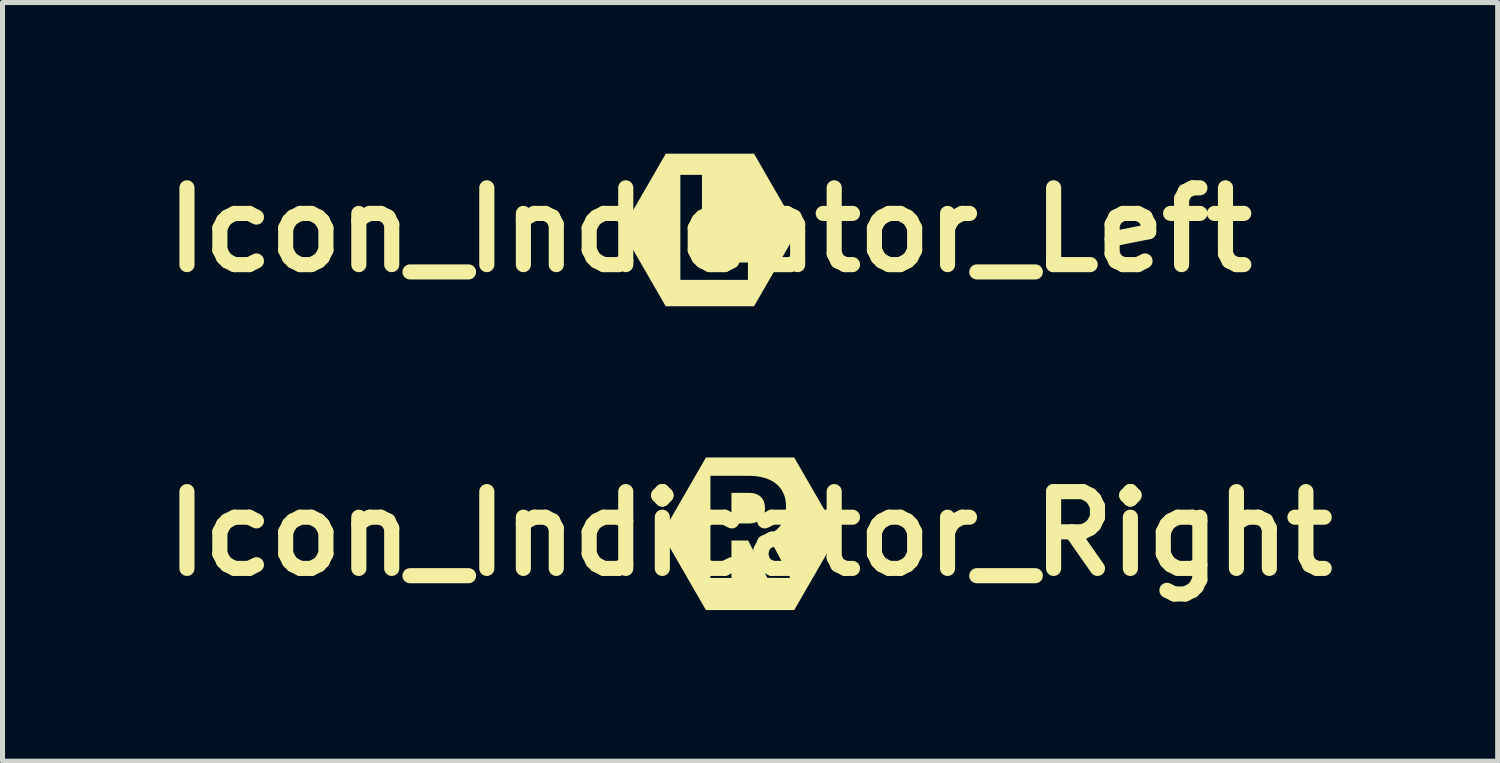
<source format=kicad_pcb>
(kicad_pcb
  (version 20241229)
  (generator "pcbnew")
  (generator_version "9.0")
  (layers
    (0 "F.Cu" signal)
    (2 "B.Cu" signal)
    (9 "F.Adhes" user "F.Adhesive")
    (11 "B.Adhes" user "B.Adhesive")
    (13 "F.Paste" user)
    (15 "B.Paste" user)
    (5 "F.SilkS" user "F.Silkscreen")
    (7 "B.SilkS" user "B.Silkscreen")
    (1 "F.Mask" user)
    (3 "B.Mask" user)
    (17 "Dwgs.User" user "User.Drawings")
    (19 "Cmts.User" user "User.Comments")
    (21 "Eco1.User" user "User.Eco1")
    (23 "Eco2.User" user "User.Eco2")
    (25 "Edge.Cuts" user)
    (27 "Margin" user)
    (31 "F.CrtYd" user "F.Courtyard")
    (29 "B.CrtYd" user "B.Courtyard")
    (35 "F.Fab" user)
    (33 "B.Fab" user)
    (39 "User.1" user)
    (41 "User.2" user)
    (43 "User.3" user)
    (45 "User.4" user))
  (footprint "Icon_Indicator_Left"
    (layer "F.Cu")
    (at 11.038 1.512)
    (property "Reference" "Icon_Indicator_Left" (at 0 0 0) (layer "F.SilkS") (effects (font (size 1.524 1.524) (thickness 0.3))))
    (attr board_only exclude_from_pos_files exclude_from_bom)
    (fp_poly (pts (xy 1.312 -0.756) (xy 1.333 -0.72) (xy 1.354 -0.684) (xy 1.374 -0.648) (xy 1.394 -0.614) (xy 1.414 -0.579) (xy 1.434 -0.545) (xy 1.453 -0.512) (xy 1.471 -0.48) (xy 1.49 -0.448) (xy 1.508 -0.417) (xy 1.525 -0.387) (xy 1.542 -0.357) (xy 1.559 -0.329) (xy 1.575 -0.301) (xy 1.59 -0.274) (xy 1.605 -0.249) (xy 1.619 -0.224) (xy 1.633 -0.2) (xy 1.646 -0.178) (xy 1.658 -0.156) (xy 1.67 -0.136) (xy 1.681 -0.117) (xy 1.691 -0.099) (xy 1.7 -0.083) (xy 1.709 -0.067) (xy 1.717 -0.054) (xy 1.724 -0.041) (xy 1.73 -0.03) (xy 1.736 -0.021) (xy 1.74 -0.013) (xy 1.744 -0.007) (xy 1.746 -0.002) (xy 1.748 0.001) (xy 1.749 0.002) (xy 1.749 0.003) (xy 1.748 0.004) (xy 1.747 0.006) (xy 1.745 0.011) (xy 1.741 0.016) (xy 1.737 0.024) (xy 1.732 0.033) (xy 1.726 0.044) (xy 1.719 0.056) (xy 1.711 0.069) (xy 1.702 0.084) (xy 1.693 0.1) (xy 1.683 0.118) (xy 1.672 0.136) (xy 1.661 0.156) (xy 1.649 0.178) (xy 1.636 0.2) (xy 1.622 0.223) (xy 1.608 0.248) (xy 1.594 0.273) (xy 1.578 0.3) (xy 1.562 0.327) (xy 1.546 0.356) (xy 1.529 0.385) (xy 1.512 0.415) (xy 1.494 0.446) (xy 1.476 0.477) (xy 1.457 0.51) (xy 1.438 0.543) (xy 1.419 0.576) (xy 1.399 0.61) (xy 1.379 0.645) (xy 1.359 0.68) (xy 1.338 0.716) (xy 1.317 0.752) (xy 1.313 0.76) (xy 0.876 1.516) (xy -0.876 1.516) (xy -0.877 1.514) (xy -0.878 1.513) (xy -0.88 1.51) (xy -0.882 1.505) (xy -0.886 1.499) (xy -0.89 1.491) (xy -0.896 1.482) (xy -0.902 1.472) (xy -0.909 1.46) (xy -0.916 1.446) (xy -0.925 1.432) (xy -0.934 1.416) (xy -0.944 1.398) (xy -0.955 1.38) (xy -0.966 1.361) (xy -0.978 1.34) (xy -0.99 1.319) (xy -1.003 1.297) (xy -1.016 1.273) (xy -1.03 1.249) (xy -1.045 1.224) (xy -1.06 1.198) (xy -1.075 1.172) (xy -1.091 1.145) (xy -1.107 1.117) (xy -1.123 1.089) (xy -1.14 1.06) (xy -1.156 1.031) (xy -1.174 1.001) (xy -1.179 0.992) (xy -0.586 0.992) (xy 0.755 0.992) (xy 0.755 0.648) (xy -0.157 0.648) (xy -0.157 -1.092) (xy -0.586 -1.092) (xy -0.586 0.992) (xy -1.179 0.992) (xy -1.191 0.971) (xy -1.209 0.94) (xy -1.226 0.91) (xy -1.244 0.879) (xy -1.262 0.847) (xy -1.28 0.816) (xy -1.298 0.785) (xy -1.316 0.753) (xy -1.335 0.722) (xy -1.353 0.691) (xy -1.371 0.659) (xy -1.389 0.628) (xy -1.406 0.597) (xy -1.424 0.567) (xy -1.442 0.536) (xy -1.459 0.506) (xy -1.476 0.477) (xy -1.493 0.448) (xy -1.509 0.419) (xy -1.526 0.391) (xy -1.542 0.363) (xy -1.557 0.336) (xy -1.572 0.31) (xy -1.587 0.285) (xy -1.601 0.26) (xy -1.615 0.236) (xy -1.628 0.213) (xy -1.641 0.191) (xy -1.653 0.17) (xy -1.665 0.15) (xy -1.676 0.131) (xy -1.686 0.113) (xy -1.695 0.096) (xy -1.704 0.081) (xy -1.713 0.066) (xy -1.72 0.053) (xy -1.727 0.042) (xy -1.733 0.032) (xy -1.738 0.023) (xy -1.742 0.016) (xy -1.745 0.01) (xy -1.747 0.006) (xy -1.749 0.004) (xy -1.749 0.003) (xy -1.748 0.002) (xy -1.747 -0.001) (xy -1.745 -0.005) (xy -1.741 -0.011) (xy -1.737 -0.018) (xy -1.732 -0.027) (xy -1.726 -0.038) (xy -1.719 -0.05) (xy -1.711 -0.063) (xy -1.702 -0.078) (xy -1.693 -0.094) (xy -1.683 -0.112) (xy -1.672 -0.131) (xy -1.661 -0.151) (xy -1.649 -0.172) (xy -1.636 -0.194) (xy -1.622 -0.217) (xy -1.608 -0.242) (xy -1.594 -0.267) (xy -1.578 -0.294) (xy -1.562 -0.321) (xy -1.546 -0.35) (xy -1.529 -0.379) (xy -1.512 -0.409) (xy -1.494 -0.44) (xy -1.476 -0.471) (xy -1.457 -0.504) (xy -1.438 -0.537) (xy -1.419 -0.57) (xy -1.399 -0.604) (xy -1.379 -0.639) (xy -1.359 -0.674) (xy -1.338 -0.71) (xy -1.317 -0.746) (xy -1.312 -0.755) (xy -0.875 -1.512) (xy 0.876 -1.512)) (stroke (width 0) (type solid)) (fill yes) (layer "F.SilkS")))
  (footprint "Icon_Indicator_Right"
    (layer "F.Cu")
    (at 11.836 7.541)
    (property "Reference" "Icon_Indicator_Right" (at 0 0 0) (layer "F.SilkS") (effects (font (size 1.524 1.524) (thickness 0.3))))
    (attr board_only exclude_from_pos_files exclude_from_bom)
    (fp_poly (pts (xy -0.194 -0.81) (xy -0.173 -0.81) (xy -0.153 -0.81) (xy -0.133 -0.81) (xy -0.114 -0.81) (xy -0.097 -0.81) (xy -0.081 -0.81) (xy -0.065 -0.81) (xy -0.052 -0.81) (xy -0.039 -0.81) (xy -0.029 -0.81) (xy -0.019 -0.81) (xy -0.012 -0.81) (xy -0.006 -0.81) (xy -0.002 -0.809) (xy -0.002 -0.809) (xy 0.027 -0.807) (xy 0.053 -0.804) (xy 0.078 -0.799) (xy 0.102 -0.793) (xy 0.124 -0.785) (xy 0.145 -0.776) (xy 0.164 -0.766) (xy 0.182 -0.755) (xy 0.199 -0.742) (xy 0.215 -0.728) (xy 0.229 -0.712) (xy 0.242 -0.695) (xy 0.247 -0.688) (xy 0.257 -0.672) (xy 0.266 -0.655) (xy 0.273 -0.637) (xy 0.28 -0.618) (xy 0.285 -0.597) (xy 0.29 -0.576) (xy 0.293 -0.554) (xy 0.294 -0.547) (xy 0.294 -0.539) (xy 0.295 -0.53) (xy 0.295 -0.52) (xy 0.295 -0.509) (xy 0.295 -0.499) (xy 0.295 -0.488) (xy 0.295 -0.478) (xy 0.294 -0.469) (xy 0.294 -0.461) (xy 0.293 -0.454) (xy 0.293 -0.454) (xy 0.289 -0.43) (xy 0.284 -0.407) (xy 0.277 -0.385) (xy 0.269 -0.365) (xy 0.26 -0.346) (xy 0.25 -0.33) (xy 0.237 -0.312) (xy 0.222 -0.295) (xy 0.206 -0.279) (xy 0.189 -0.265) (xy 0.17 -0.252) (xy 0.15 -0.24) (xy 0.128 -0.23) (xy 0.105 -0.222) (xy 0.081 -0.215) (xy 0.056 -0.21) (xy 0.051 -0.209) (xy 0.047 -0.208) (xy 0.043 -0.207) (xy 0.039 -0.207) (xy 0.036 -0.206) (xy 0.032 -0.206) (xy 0.029 -0.205) (xy 0.025 -0.205) (xy 0.022 -0.205) (xy 0.018 -0.204) (xy 0.013 -0.204) (xy 0.008 -0.204) (xy 0.002 -0.203) (xy -0.004 -0.203) (xy -0.011 -0.203) (xy -0.02 -0.203) (xy -0.029 -0.203) (xy -0.039 -0.203) (xy -0.05 -0.203) (xy -0.063 -0.203) (xy -0.077 -0.203) (xy -0.093 -0.203) (xy -0.11 -0.202) (xy -0.129 -0.202) (xy -0.15 -0.202) (xy -0.172 -0.202) (xy -0.182 -0.202) (xy -0.37 -0.202) (xy -0.37 -0.81)) (stroke (width 0) (type solid)) (fill yes) (layer "F.SilkS"))
    (fp_poly (pts (xy 1.312 -0.756) (xy 1.333 -0.72) (xy 1.354 -0.684) (xy 1.374 -0.648) (xy 1.394 -0.614) (xy 1.414 -0.579) (xy 1.434 -0.545) (xy 1.453 -0.512) (xy 1.471 -0.48) (xy 1.49 -0.448) (xy 1.508 -0.417) (xy 1.525 -0.387) (xy 1.542 -0.357) (xy 1.559 -0.329) (xy 1.575 -0.301) (xy 1.59 -0.274) (xy 1.605 -0.249) (xy 1.619 -0.224) (xy 1.633 -0.2) (xy 1.646 -0.178) (xy 1.658 -0.156) (xy 1.67 -0.136) (xy 1.681 -0.117) (xy 1.691 -0.099) (xy 1.7 -0.083) (xy 1.709 -0.067) (xy 1.717 -0.054) (xy 1.724 -0.041) (xy 1.73 -0.03) (xy 1.736 -0.021) (xy 1.74 -0.013) (xy 1.744 -0.007) (xy 1.746 -0.002) (xy 1.748 0.001) (xy 1.749 0.002) (xy 1.749 0.003) (xy 1.748 0.004) (xy 1.747 0.006) (xy 1.745 0.011) (xy 1.741 0.016) (xy 1.737 0.024) (xy 1.732 0.033) (xy 1.726 0.044) (xy 1.719 0.056) (xy 1.711 0.069) (xy 1.702 0.084) (xy 1.693 0.1) (xy 1.683 0.118) (xy 1.672 0.136) (xy 1.661 0.156) (xy 1.649 0.178) (xy 1.636 0.2) (xy 1.622 0.223) (xy 1.608 0.248) (xy 1.594 0.273) (xy 1.578 0.3) (xy 1.562 0.327) (xy 1.546 0.356) (xy 1.529 0.385) (xy 1.512 0.415) (xy 1.494 0.446) (xy 1.476 0.477) (xy 1.457 0.51) (xy 1.438 0.543) (xy 1.419 0.576) (xy 1.399 0.61) (xy 1.379 0.645) (xy 1.359 0.68) (xy 1.338 0.716) (xy 1.317 0.752) (xy 1.313 0.76) (xy 0.876 1.516) (xy -0.876 1.516) (xy -0.877 1.514) (xy -0.878 1.513) (xy -0.88 1.51) (xy -0.882 1.505) (xy -0.886 1.499) (xy -0.89 1.491) (xy -0.896 1.482) (xy -0.902 1.472) (xy -0.909 1.46) (xy -0.916 1.446) (xy -0.925 1.432) (xy -0.934 1.416) (xy -0.944 1.398) (xy -0.955 1.38) (xy -0.966 1.361) (xy -0.978 1.34) (xy -0.99 1.319) (xy -1.003 1.297) (xy -1.016 1.273) (xy -1.03 1.249) (xy -1.045 1.224) (xy -1.06 1.198) (xy -1.075 1.172) (xy -1.091 1.145) (xy -1.107 1.117) (xy -1.123 1.089) (xy -1.14 1.06) (xy -1.156 1.031) (xy -1.174 1.001) (xy -1.191 0.971) (xy -1.209 0.94) (xy -1.226 0.91) (xy -1.244 0.879) (xy -1.262 0.847) (xy -1.28 0.816) (xy -1.298 0.785) (xy -1.316 0.753) (xy -1.335 0.722) (xy -1.353 0.691) (xy -1.371 0.659) (xy -1.389 0.628) (xy -1.406 0.597) (xy -1.424 0.567) (xy -1.442 0.536) (xy -1.459 0.506) (xy -1.476 0.477) (xy -1.493 0.448) (xy -1.509 0.419) (xy -1.526 0.391) (xy -1.542 0.363) (xy -1.557 0.336) (xy -1.572 0.31) (xy -1.587 0.285) (xy -1.601 0.26) (xy -1.615 0.236) (xy -1.628 0.213) (xy -1.641 0.191) (xy -1.653 0.17) (xy -1.665 0.15) (xy -1.676 0.131) (xy -1.686 0.113) (xy -1.695 0.096) (xy -1.704 0.081) (xy -1.713 0.066) (xy -1.72 0.053) (xy -1.727 0.042) (xy -1.733 0.032) (xy -1.738 0.023) (xy -1.742 0.016) (xy -1.745 0.01) (xy -1.747 0.006) (xy -1.749 0.004) (xy -1.749 0.003) (xy -1.748 0.002) (xy -1.747 -0.001) (xy -1.745 -0.005) (xy -1.741 -0.011) (xy -1.737 -0.018) (xy -1.732 -0.027) (xy -1.726 -0.038) (xy -1.719 -0.05) (xy -1.711 -0.063) (xy -1.702 -0.078) (xy -1.693 -0.094) (xy -1.683 -0.112) (xy -1.672 -0.131) (xy -1.661 -0.151) (xy -1.649 -0.172) (xy -1.636 -0.194) (xy -1.622 -0.217) (xy -1.608 -0.242) (xy -1.594 -0.267) (xy -1.578 -0.294) (xy -1.562 -0.321) (xy -1.546 -0.35) (xy -1.529 -0.379) (xy -1.512 -0.409) (xy -1.494 -0.44) (xy -1.476 -0.471) (xy -1.457 -0.504) (xy -1.438 -0.537) (xy -1.419 -0.57) (xy -1.399 -0.604) (xy -1.379 -0.639) (xy -1.359 -0.674) (xy -1.338 -0.71) (xy -1.317 -0.746) (xy -1.312 -0.755) (xy -1.085 -1.148) (xy -0.787 -1.148) (xy -0.787 0.878) (xy -0.37 0.878) (xy -0.37 0.136) (xy -0.038 0.136) (xy 0.152 0.507) (xy 0.342 0.877) (xy 0.566 0.878) (xy 0.79 0.878) (xy 0.79 0.859) (xy 0.574 0.449) (xy 0.559 0.422) (xy 0.545 0.396) (xy 0.531 0.37) (xy 0.518 0.344) (xy 0.505 0.32) (xy 0.492 0.295) (xy 0.48 0.272) (xy 0.468 0.249) (xy 0.456 0.227) (xy 0.445 0.206) (xy 0.434 0.186) (xy 0.424 0.167) (xy 0.415 0.149) (xy 0.406 0.132) (xy 0.397 0.116) (xy 0.39 0.102) (xy 0.383 0.088) (xy 0.376 0.077) (xy 0.371 0.066) (xy 0.366 0.057) (xy 0.362 0.049) (xy 0.359 0.043) (xy 0.356 0.039) (xy 0.355 0.036) (xy 0.354 0.035) (xy 0.352 0.03) (xy 0.373 0.02) (xy 0.403 0.005) (xy 0.431 -0.011) (xy 0.457 -0.027) (xy 0.482 -0.044) (xy 0.506 -0.063) (xy 0.522 -0.075) (xy 0.527 -0.08) (xy 0.534 -0.086) (xy 0.541 -0.093) (xy 0.549 -0.101) (xy 0.557 -0.109) (xy 0.565 -0.116) (xy 0.572 -0.124) (xy 0.578 -0.13) (xy 0.583 -0.136) (xy 0.585 -0.139) (xy 0.604 -0.163) (xy 0.622 -0.188) (xy 0.638 -0.214) (xy 0.652 -0.241) (xy 0.665 -0.269) (xy 0.676 -0.297) (xy 0.686 -0.327) (xy 0.694 -0.358) (xy 0.701 -0.391) (xy 0.706 -0.424) (xy 0.71 -0.459) (xy 0.712 -0.485) (xy 0.712 -0.492) (xy 0.712 -0.5) (xy 0.713 -0.51) (xy 0.713 -0.52) (xy 0.713 -0.532) (xy 0.713 -0.543) (xy 0.713 -0.554) (xy 0.713 -0.564) (xy 0.712 -0.573) (xy 0.712 -0.581) (xy 0.712 -0.586) (xy 0.709 -0.622) (xy 0.704 -0.657) (xy 0.698 -0.69) (xy 0.69 -0.723) (xy 0.68 -0.754) (xy 0.669 -0.784) (xy 0.656 -0.814) (xy 0.642 -0.841) (xy 0.626 -0.868) (xy 0.608 -0.894) (xy 0.589 -0.919) (xy 0.568 -0.942) (xy 0.556 -0.954) (xy 0.532 -0.976) (xy 0.507 -0.997) (xy 0.48 -1.017) (xy 0.452 -1.035) (xy 0.422 -1.052) (xy 0.391 -1.068) (xy 0.358 -1.082) (xy 0.324 -1.095) (xy 0.289 -1.106) (xy 0.252 -1.116) (xy 0.23 -1.121) (xy 0.212 -1.125) (xy 0.193 -1.129) (xy 0.175 -1.132) (xy 0.156 -1.135) (xy 0.136 -1.138) (xy 0.115 -1.14) (xy 0.093 -1.142) (xy 0.07 -1.144) (xy 0.044 -1.146) (xy 0.043 -1.146) (xy 0.041 -1.147) (xy 0.037 -1.147) (xy 0.033 -1.147) (xy 0.027 -1.147) (xy 0.02 -1.147) (xy 0.011 -1.147) (xy 0.001 -1.147) (xy -0.01 -1.147) (xy -0.023 -1.147) (xy -0.037 -1.147) (xy -0.052 -1.147) (xy -0.07 -1.147) (xy -0.088 -1.147) (xy -0.109 -1.148) (xy -0.131 -1.148) (xy -0.155 -1.148) (xy -0.18 -1.148) (xy -0.208 -1.148) (xy -0.237 -1.148) (xy -0.268 -1.148) (xy -0.301 -1.148) (xy -0.335 -1.148) (xy -0.372 -1.148) (xy -0.381 -1.148) (xy -0.787 -1.148) (xy -1.085 -1.148) (xy -0.875 -1.512) (xy 0.876 -1.512)) (stroke (width 0) (type solid)) (fill yes) (layer "F.SilkS")))
  (gr_rect
    (start -3 -3)
    (end 26.673 12.057)
    (stroke (width 0.1) (type default))
    (fill no)
    (layer "Edge.Cuts")))
</source>
